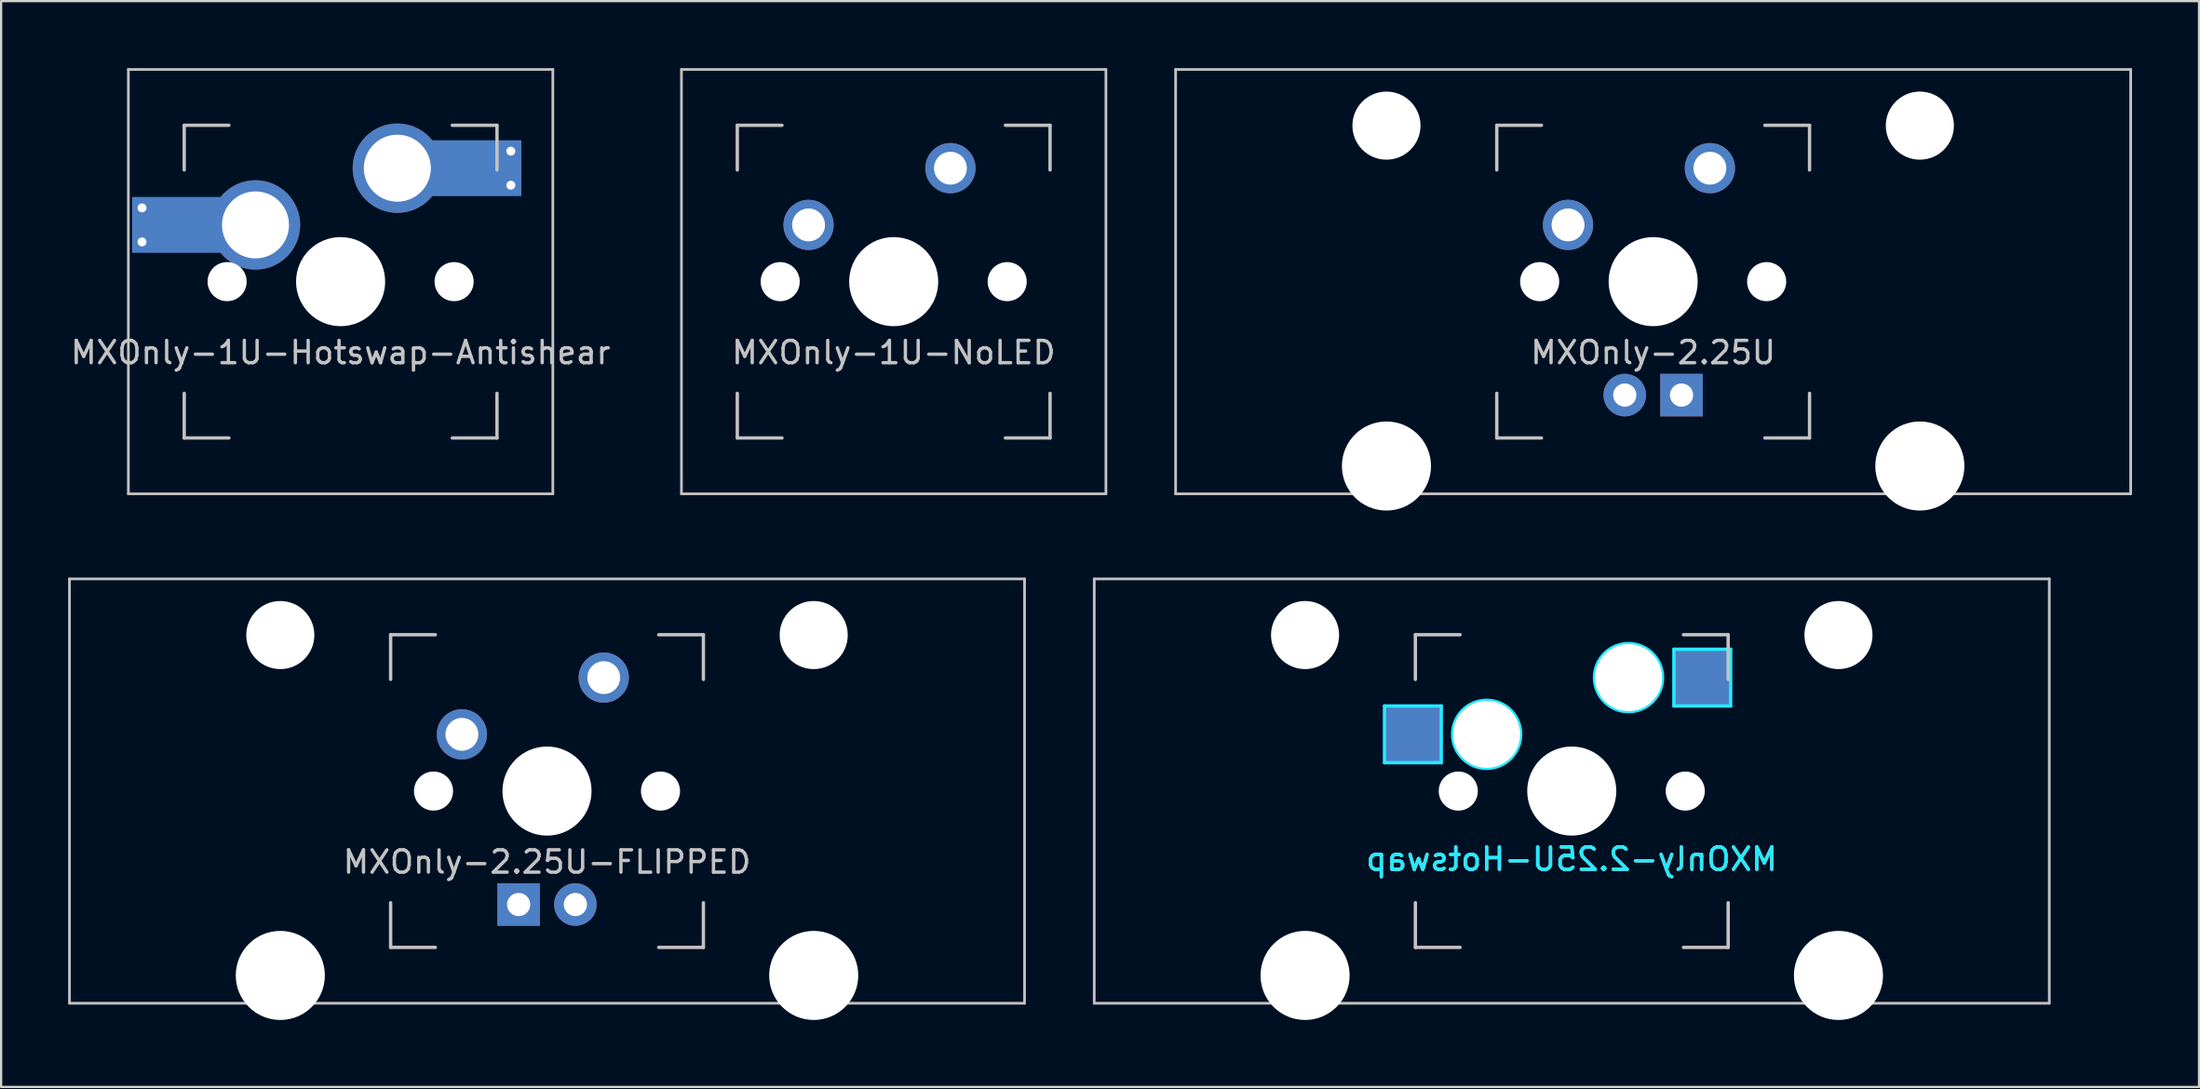
<source format=kicad_pcb>
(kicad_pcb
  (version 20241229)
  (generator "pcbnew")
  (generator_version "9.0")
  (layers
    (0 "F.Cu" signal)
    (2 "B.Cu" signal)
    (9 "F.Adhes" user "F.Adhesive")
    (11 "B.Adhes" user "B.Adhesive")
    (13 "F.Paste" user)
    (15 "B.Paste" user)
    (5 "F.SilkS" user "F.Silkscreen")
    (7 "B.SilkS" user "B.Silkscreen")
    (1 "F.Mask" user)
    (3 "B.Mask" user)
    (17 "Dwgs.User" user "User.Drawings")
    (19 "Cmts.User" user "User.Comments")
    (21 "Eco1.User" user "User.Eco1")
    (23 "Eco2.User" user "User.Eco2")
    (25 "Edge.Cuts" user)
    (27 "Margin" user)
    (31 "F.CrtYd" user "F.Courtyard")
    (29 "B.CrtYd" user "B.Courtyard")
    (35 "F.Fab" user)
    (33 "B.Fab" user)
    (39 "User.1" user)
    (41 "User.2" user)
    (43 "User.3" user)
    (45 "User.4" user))
  (footprint "MXOnly-1U-NoLED"
    (layer "F.Cu")
    (at 36.953 9.56)
    (property "Reference" "MXOnly-1U-NoLED" (at 0 3.175 0) (layer "Dwgs.User") (effects (font (size 1 1) (thickness 0.15))))
    (attr through_hole)
    (fp_line (start -9.5 -9.5) (end -9.5 9.5) (stroke (width 0.12) (type solid)) (layer "Dwgs.User"))
    (fp_line (start -9.5 9.5) (end 9.5 9.5) (stroke (width 0.12) (type solid)) (layer "Dwgs.User"))
    (fp_line (start -7 -7) (end -7 -5) (stroke (width 0.15) (type solid)) (layer "Dwgs.User"))
    (fp_line (start -7 5) (end -7 7) (stroke (width 0.15) (type solid)) (layer "Dwgs.User"))
    (fp_line (start -7 7) (end -5 7) (stroke (width 0.15) (type solid)) (layer "Dwgs.User"))
    (fp_line (start -5 -7) (end -7 -7) (stroke (width 0.15) (type solid)) (layer "Dwgs.User"))
    (fp_line (start 5 -7) (end 7 -7) (stroke (width 0.15) (type solid)) (layer "Dwgs.User"))
    (fp_line (start 5 7) (end 7 7) (stroke (width 0.15) (type solid)) (layer "Dwgs.User"))
    (fp_line (start 7 -7) (end 7 -5) (stroke (width 0.15) (type solid)) (layer "Dwgs.User"))
    (fp_line (start 7 7) (end 7 5) (stroke (width 0.15) (type solid)) (layer "Dwgs.User"))
    (fp_line (start 9.5 -9.5) (end -9.5 -9.5) (stroke (width 0.12) (type solid)) (layer "Dwgs.User"))
    (fp_line (start 9.5 9.5) (end 9.5 -9.5) (stroke (width 0.12) (type solid)) (layer "Dwgs.User"))
    (pad "" np_thru_hole circle (at -5.08 0 48.1) (size 1.75 1.75) (drill 1.75) (layers "*.Cu" "*.Mask"))
    (pad "" np_thru_hole circle (at 0 0) (size 3.988 3.988) (drill 3.988) (layers "*.Cu" "*.Mask"))
    (pad "" np_thru_hole circle (at 5.08 0 48.1) (size 1.75 1.75) (drill 1.75) (layers "*.Cu" "*.Mask"))
    (pad "1" thru_hole circle (at -3.81 -2.54) (size 2.25 2.25) (drill 1.47) (layers "*.Cu" "B.Mask"))
    (pad "2" thru_hole circle (at 2.54 -5.08) (size 2.25 2.25) (drill 1.47) (layers "*.Cu" "B.Mask")))
  (footprint "MXOnly-2.25U-Hotswap"
    (layer "F.Cu")
    (at 67.305 32.369)
    (property "Reference" "MXOnly-2.25U-Hotswap" (at 0 3.048 0) (layer "B.CrtYd") (effects (font (size 1 1) (thickness 0.15)) (justify mirror)))
    (attr smd)
    (fp_line (start -21.375 -9.5) (end -21.375 9.5) (stroke (width 0.12) (type solid)) (layer "Dwgs.User"))
    (fp_line (start -21.375 -9.5) (end 21.375 -9.5) (stroke (width 0.12) (type solid)) (layer "Dwgs.User"))
    (fp_line (start -21.375 9.5) (end 21.375 9.5) (stroke (width 0.12) (type solid)) (layer "Dwgs.User"))
    (fp_line (start -7 -7) (end -7 -5) (stroke (width 0.15) (type solid)) (layer "Dwgs.User"))
    (fp_line (start -7 5) (end -7 7) (stroke (width 0.15) (type solid)) (layer "Dwgs.User"))
    (fp_line (start -7 7) (end -5 7) (stroke (width 0.15) (type solid)) (layer "Dwgs.User"))
    (fp_line (start -5 -7) (end -7 -7) (stroke (width 0.15) (type solid)) (layer "Dwgs.User"))
    (fp_line (start 5 -7) (end 7 -7) (stroke (width 0.15) (type solid)) (layer "Dwgs.User"))
    (fp_line (start 5 7) (end 7 7) (stroke (width 0.15) (type solid)) (layer "Dwgs.User"))
    (fp_line (start 7 -7) (end 7 -5) (stroke (width 0.15) (type solid)) (layer "Dwgs.User"))
    (fp_line (start 7 7) (end 7 5) (stroke (width 0.15) (type solid)) (layer "Dwgs.User"))
    (fp_line (start 21.375 9.5) (end 21.375 -9.5) (stroke (width 0.12) (type solid)) (layer "Dwgs.User"))
    (fp_line (start -8.382 -3.81) (end -5.842 -3.81) (stroke (width 0.15) (type solid)) (layer "B.CrtYd"))
    (fp_line (start -8.382 -1.27) (end -8.382 -3.81) (stroke (width 0.15) (type solid)) (layer "B.CrtYd"))
    (fp_line (start -5.842 -3.81) (end -5.842 -1.27) (stroke (width 0.15) (type solid)) (layer "B.CrtYd"))
    (fp_line (start -5.842 -1.27) (end -8.382 -1.27) (stroke (width 0.15) (type solid)) (layer "B.CrtYd"))
    (fp_line (start 4.572 -6.35) (end 7.112 -6.35) (stroke (width 0.15) (type solid)) (layer "B.CrtYd"))
    (fp_line (start 4.572 -3.81) (end 4.572 -6.35) (stroke (width 0.15) (type solid)) (layer "B.CrtYd"))
    (fp_line (start 7.112 -6.35) (end 7.112 -3.81) (stroke (width 0.15) (type solid)) (layer "B.CrtYd"))
    (fp_line (start 7.112 -3.81) (end 4.572 -3.81) (stroke (width 0.15) (type solid)) (layer "B.CrtYd"))
    (fp_circle (center -3.81 -2.54) (end -3.81 -4.064) (stroke (width 0.15) (type solid)) (fill no) (layer "B.CrtYd"))
    (fp_circle (center 2.54 -5.08) (end 2.54 -6.604) (stroke (width 0.15) (type solid)) (fill no) (layer "B.CrtYd"))
    (fp_text user "${REFERENCE}" (at 0 3.048 0) (layer "B.SilkS") (effects (font (size 1 1) (thickness 0.15)) (justify mirror)))
    (pad "" np_thru_hole circle (at -11.938 -6.985) (size 3.048 3.048) (drill 3.048) (layers "*.Cu" "*.Mask"))
    (pad "" np_thru_hole circle (at -11.938 8.255) (size 3.988 3.988) (drill 3.988) (layers "*.Cu" "*.Mask"))
    (pad "" np_thru_hole circle (at -5.08 0 48.1) (size 1.75 1.75) (drill 1.75) (layers "*.Cu" "*.Mask"))
    (pad "" np_thru_hole circle (at -3.81 -2.54) (size 3 3) (drill 3) (layers "*.Cu" "*.Mask"))
    (pad "" np_thru_hole circle (at 0 0) (size 3.988 3.988) (drill 3.988) (layers "*.Cu" "*.Mask"))
    (pad "" np_thru_hole circle (at 2.54 -5.08) (size 3 3) (drill 3) (layers "*.Cu" "*.Mask"))
    (pad "" np_thru_hole circle (at 5.08 0 48.1) (size 1.75 1.75) (drill 1.75) (layers "*.Cu" "*.Mask"))
    (pad "" np_thru_hole circle (at 11.938 -6.985) (size 3.048 3.048) (drill 3.048) (layers "*.Cu" "*.Mask"))
    (pad "" np_thru_hole circle (at 11.938 8.255) (size 3.988 3.988) (drill 3.988) (layers "*.Cu" "*.Mask"))
    (pad "1" smd rect (at -7.085 -2.54) (size 2.55 2.5) (layers "B.Cu" "B.Mask" "B.Paste"))
    (pad "2" smd rect (at 5.842 -5.08) (size 2.55 2.5) (layers "B.Cu" "B.Mask" "B.Paste")))
  (footprint "MXOnly-2.25U-FLIPPED"
    (layer "F.Cu")
    (at 21.435 32.369)
    (property "Reference" "MXOnly-2.25U-FLIPPED" (at 0 3.175 0) (layer "Dwgs.User") (effects (font (size 1 1) (thickness 0.15))))
    (attr through_hole)
    (fp_line (start -21.375 -9.5) (end -21.375 9.5) (stroke (width 0.12) (type solid)) (layer "Dwgs.User"))
    (fp_line (start -21.375 9.5) (end 21.375 9.5) (stroke (width 0.12) (type solid)) (layer "Dwgs.User"))
    (fp_line (start -7 -7) (end -7 -5) (stroke (width 0.15) (type solid)) (layer "Dwgs.User"))
    (fp_line (start -7 5) (end -7 7) (stroke (width 0.15) (type solid)) (layer "Dwgs.User"))
    (fp_line (start -7 7) (end -5 7) (stroke (width 0.15) (type solid)) (layer "Dwgs.User"))
    (fp_line (start -5 -7) (end -7 -7) (stroke (width 0.15) (type solid)) (layer "Dwgs.User"))
    (fp_line (start 5 -7) (end 7 -7) (stroke (width 0.15) (type solid)) (layer "Dwgs.User"))
    (fp_line (start 5 7) (end 7 7) (stroke (width 0.15) (type solid)) (layer "Dwgs.User"))
    (fp_line (start 7 -7) (end 7 -5) (stroke (width 0.15) (type solid)) (layer "Dwgs.User"))
    (fp_line (start 7 7) (end 7 5) (stroke (width 0.15) (type solid)) (layer "Dwgs.User"))
    (fp_line (start 21.375 -9.5) (end -21.375 -9.5) (stroke (width 0.12) (type solid)) (layer "Dwgs.User"))
    (fp_line (start 21.375 9.5) (end 21.375 -9.5) (stroke (width 0.12) (type solid)) (layer "Dwgs.User"))
    (pad "" np_thru_hole circle (at -11.938 -6.985) (size 3.048 3.048) (drill 3.048) (layers "*.Cu" "*.Mask"))
    (pad "" np_thru_hole circle (at -11.938 8.255) (size 3.988 3.988) (drill 3.988) (layers "*.Cu" "*.Mask"))
    (pad "" np_thru_hole circle (at -5.08 0 48.1) (size 1.75 1.75) (drill 1.75) (layers "*.Cu" "*.Mask"))
    (pad "" np_thru_hole circle (at 0 0) (size 3.988 3.988) (drill 3.988) (layers "*.Cu" "*.Mask"))
    (pad "" np_thru_hole circle (at 5.08 0 48.1) (size 1.75 1.75) (drill 1.75) (layers "*.Cu" "*.Mask"))
    (pad "" np_thru_hole circle (at 11.938 -6.985) (size 3.048 3.048) (drill 3.048) (layers "*.Cu" "*.Mask"))
    (pad "" np_thru_hole circle (at 11.938 8.255) (size 3.988 3.988) (drill 3.988) (layers "*.Cu" "*.Mask"))
    (pad "1" thru_hole circle (at -3.81 -2.54) (size 2.25 2.25) (drill 1.47) (layers "*.Cu" "B.Mask"))
    (pad "2" thru_hole circle (at 2.54 -5.08) (size 2.25 2.25) (drill 1.47) (layers "*.Cu" "B.Mask"))
    (pad "3" thru_hole circle (at 1.27 5.08) (size 1.905 1.905) (drill 1.04) (layers "*.Cu" "B.Mask"))
    (pad "4" thru_hole rect (at -1.27 5.08) (size 1.905 1.905) (drill 1.04) (layers "*.Cu" "B.Mask")))
  (footprint "MXOnly-2.25U"
    (layer "F.Cu")
    (at 70.948 9.56)
    (property "Reference" "MXOnly-2.25U" (at 0 3.175 0) (layer "Dwgs.User") (effects (font (size 1 1) (thickness 0.15))))
    (attr through_hole)
    (fp_line (start -21.375 -9.5) (end -21.375 9.5) (stroke (width 0.12) (type solid)) (layer "Dwgs.User"))
    (fp_line (start -21.375 9.5) (end 21.375 9.5) (stroke (width 0.12) (type solid)) (layer "Dwgs.User"))
    (fp_line (start -7 -7) (end -7 -5) (stroke (width 0.15) (type solid)) (layer "Dwgs.User"))
    (fp_line (start -7 5) (end -7 7) (stroke (width 0.15) (type solid)) (layer "Dwgs.User"))
    (fp_line (start -7 7) (end -5 7) (stroke (width 0.15) (type solid)) (layer "Dwgs.User"))
    (fp_line (start -5 -7) (end -7 -7) (stroke (width 0.15) (type solid)) (layer "Dwgs.User"))
    (fp_line (start 5 -7) (end 7 -7) (stroke (width 0.15) (type solid)) (layer "Dwgs.User"))
    (fp_line (start 5 7) (end 7 7) (stroke (width 0.15) (type solid)) (layer "Dwgs.User"))
    (fp_line (start 7 -7) (end 7 -5) (stroke (width 0.15) (type solid)) (layer "Dwgs.User"))
    (fp_line (start 7 7) (end 7 5) (stroke (width 0.15) (type solid)) (layer "Dwgs.User"))
    (fp_line (start 21.375 -9.5) (end -21.375 -9.5) (stroke (width 0.12) (type solid)) (layer "Dwgs.User"))
    (fp_line (start 21.375 9.5) (end 21.375 -9.5) (stroke (width 0.12) (type solid)) (layer "Dwgs.User"))
    (pad "" np_thru_hole circle (at -11.938 -6.985) (size 3.048 3.048) (drill 3.048) (layers "*.Cu" "*.Mask"))
    (pad "" np_thru_hole circle (at -11.938 8.255) (size 3.988 3.988) (drill 3.988) (layers "*.Cu" "*.Mask"))
    (pad "" np_thru_hole circle (at -5.08 0 48.1) (size 1.75 1.75) (drill 1.75) (layers "*.Cu" "*.Mask"))
    (pad "" np_thru_hole circle (at 0 0) (size 3.988 3.988) (drill 3.988) (layers "*.Cu" "*.Mask"))
    (pad "" np_thru_hole circle (at 5.08 0 48.1) (size 1.75 1.75) (drill 1.75) (layers "*.Cu" "*.Mask"))
    (pad "" np_thru_hole circle (at 11.938 -6.985) (size 3.048 3.048) (drill 3.048) (layers "*.Cu" "*.Mask"))
    (pad "" np_thru_hole circle (at 11.938 8.255) (size 3.988 3.988) (drill 3.988) (layers "*.Cu" "*.Mask"))
    (pad "1" thru_hole circle (at -3.81 -2.54) (size 2.25 2.25) (drill 1.47) (layers "*.Cu" "B.Mask"))
    (pad "2" thru_hole circle (at 2.54 -5.08) (size 2.25 2.25) (drill 1.47) (layers "*.Cu" "B.Mask"))
    (pad "3" thru_hole circle (at -1.27 5.08) (size 1.905 1.905) (drill 1.04) (layers "*.Cu" "B.Mask"))
    (pad "4" thru_hole rect (at 1.27 5.08) (size 1.905 1.905) (drill 1.04) (layers "*.Cu" "B.Mask")))
  (footprint "MXOnly-1U-Hotswap-Antishear"
    (layer "F.Cu")
    (at 12.196 9.56)
    (property "Reference" "MXOnly-1U-Hotswap-Antishear" (at 0 3.175 0) (layer "Dwgs.User") (effects (font (size 1 1) (thickness 0.15))))
    (attr through_hole)
    (fp_line (start -9.5 -9.5) (end -9.5 9.5) (stroke (width 0.12) (type solid)) (layer "Dwgs.User"))
    (fp_line (start -9.5 9.5) (end 9.5 9.5) (stroke (width 0.12) (type solid)) (layer "Dwgs.User"))
    (fp_line (start -7 -7) (end -7 -5) (stroke (width 0.15) (type solid)) (layer "Dwgs.User"))
    (fp_line (start -7 5) (end -7 7) (stroke (width 0.15) (type solid)) (layer "Dwgs.User"))
    (fp_line (start -7 7) (end -5 7) (stroke (width 0.15) (type solid)) (layer "Dwgs.User"))
    (fp_line (start -5 -7) (end -7 -7) (stroke (width 0.15) (type solid)) (layer "Dwgs.User"))
    (fp_line (start 5 -7) (end 7 -7) (stroke (width 0.15) (type solid)) (layer "Dwgs.User"))
    (fp_line (start 5 7) (end 7 7) (stroke (width 0.15) (type solid)) (layer "Dwgs.User"))
    (fp_line (start 7 -7) (end 7 -5) (stroke (width 0.15) (type solid)) (layer "Dwgs.User"))
    (fp_line (start 7 7) (end 7 5) (stroke (width 0.15) (type solid)) (layer "Dwgs.User"))
    (fp_line (start 9.5 -9.5) (end -9.5 -9.5) (stroke (width 0.12) (type solid)) (layer "Dwgs.User"))
    (fp_line (start 9.5 9.5) (end 9.5 -9.5) (stroke (width 0.12) (type solid)) (layer "Dwgs.User"))
    (pad "" smd rect (at -7.085 -2.54) (size 2.55 2.5) (layers "B.Mask" "B.Paste"))
    (pad "" np_thru_hole circle (at -5.08 0 48.1) (size 1.75 1.75) (drill 1.75) (layers "*.Cu" "*.Mask"))
    (pad "" np_thru_hole circle (at 0 0) (size 3.988 3.988) (drill 3.988) (layers "*.Cu" "*.Mask"))
    (pad "" np_thru_hole circle (at 5.08 0 48.1) (size 1.75 1.75) (drill 1.75) (layers "*.Cu" "*.Mask"))
    (pad "" smd rect (at 5.815 -5.08) (size 2.55 2.5) (layers "B.Mask" "B.Paste"))
    (pad "1" thru_hole circle (at -8.89 -3.302) (size 0.8 0.8) (drill 0.4) (layers "*.Cu"))
    (pad "1" thru_hole circle (at -8.89 -1.778) (size 0.8 0.8) (drill 0.4) (layers "*.Cu"))
    (pad "1" smd rect (at -7.085 -2.54) (size 4.5 2.5) (layers "B.Cu"))
    (pad "1" thru_hole circle (at -3.81 -2.54) (size 4 4) (drill 3) (layers "*.Cu"))
    (pad "2" thru_hole circle (at 2.54 -5.08) (size 4 4) (drill 3) (layers "*.Cu"))
    (pad "2" smd rect (at 5.842 -5.08) (size 4.5 2.5) (layers "B.Cu"))
    (pad "2" thru_hole circle (at 7.62 -5.842) (size 0.8 0.8) (drill 0.4) (layers "*.Cu"))
    (pad "2" thru_hole circle (at 7.62 -4.318) (size 0.8 0.8) (drill 0.4) (layers "*.Cu")))
  (gr_rect
    (start -3 -3)
    (end 95.383 45.618)
    (stroke (width 0.1) (type default))
    (fill no)
    (layer "Edge.Cuts")))
</source>
